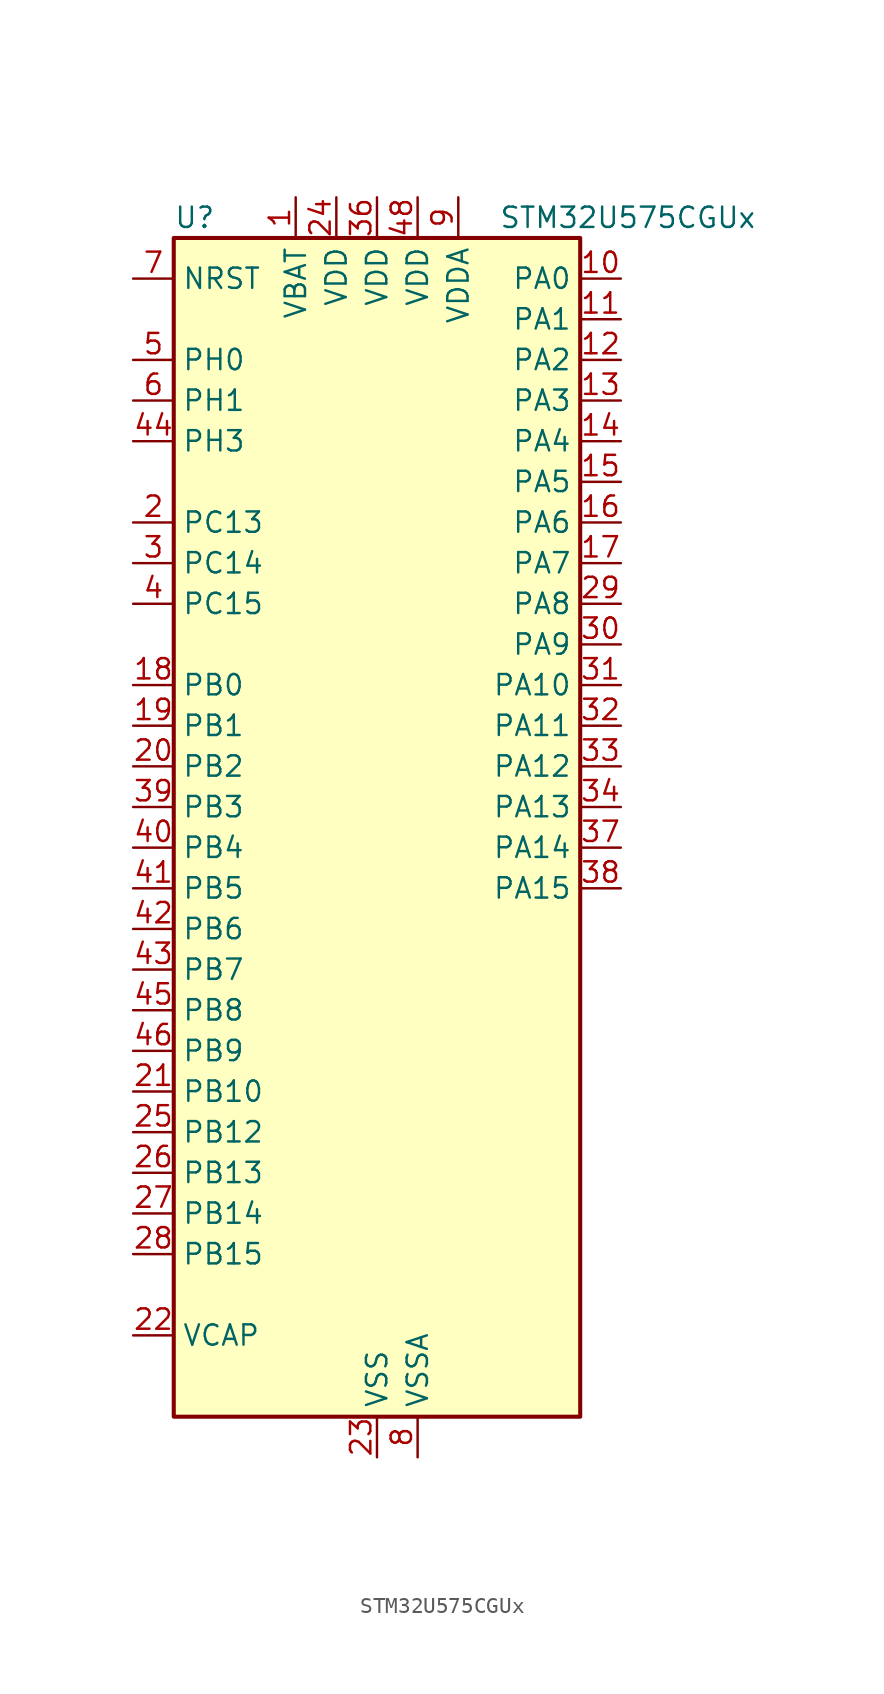
<source format=kicad_sym>
(kicad_symbol_lib
  (version 20220914)
  (generator kicad_symbol_editor)
  (symbol "STM32U575CGUx"
    (property "Reference" "U"
      (at -12.7 39.37 0)
      (effects (font (size 1.27 1.27)) (justify left)))
    (property "Value" "STM32U575CGUx"
      (at 7.62 39.37 0)
      (effects (font (size 1.27 1.27)) (justify left)))
    (property "ki_locked" ""
      (at 0 0 0)
      (effects (font (size 1.27 1.27))))
    (symbol "STM32U575CGUx_0_1"
      (rectangle (start -12.7 -35.56) (end 12.7 38.1) (stroke (width 0.254) (type default)) (fill (type background))))
    (symbol "STM32U575CGUx_1_1"
      (pin power_in line (at -5.08 40.64 270) (length 2.54) (name "VBAT" (effects (font (size 1.27 1.27)))) (number "1" (effects (font (size 1.27 1.27)))))
      (pin bidirectional line (at 15.24 35.56 180) (length 2.54) (name "PA0" (effects (font (size 1.27 1.27)))) (number "10" (effects (font (size 1.27 1.27)))) (alternate "ADC1_IN5" bidirectional line) (alternate "AUDIOCLK" bidirectional line) (alternate "OCTOSPIM_P2_NCS" bidirectional line) (alternate "OPAMP1_VINP" bidirectional line) (alternate "PWR_WKUP1" bidirectional line) (alternate "SPI3_RDY" bidirectional line) (alternate "TAMP_IN2" bidirectional line) (alternate "TAMP_OUT1" bidirectional line) (alternate "TIM2_CH1" bidirectional line) (alternate "TIM2_ETR" bidirectional line) (alternate "TIM5_CH1" bidirectional line) (alternate "TIM8_ETR" bidirectional line) (alternate "UART4_TX" bidirectional line) (alternate "USART2_CTS" bidirectional line))
      (pin bidirectional line (at 15.24 33.02 180) (length 2.54) (name "PA1" (effects (font (size 1.27 1.27)))) (number "11" (effects (font (size 1.27 1.27)))) (alternate "ADC1_IN6" bidirectional line) (alternate "I2C1_SMBA" bidirectional line) (alternate "LPTIM1_CH2" bidirectional line) (alternate "OCTOSPIM_P1_DQS" bidirectional line) (alternate "OPAMP1_VINM" bidirectional line) (alternate "PWR_WKUP3" bidirectional line) (alternate "SPI1_SCK" bidirectional line) (alternate "TAMP_IN5" bidirectional line) (alternate "TAMP_OUT4" bidirectional line) (alternate "TIM15_CH1N" bidirectional line) (alternate "TIM2_CH2" bidirectional line) (alternate "TIM5_CH2" bidirectional line) (alternate "UART4_RX" bidirectional line) (alternate "USART2_DE" bidirectional line) (alternate "USART2_RTS" bidirectional line))
      (pin bidirectional line (at 15.24 30.48 180) (length 2.54) (name "PA2" (effects (font (size 1.27 1.27)))) (number "12" (effects (font (size 1.27 1.27)))) (alternate "ADC1_IN7" bidirectional line) (alternate "COMP1_INP" bidirectional line) (alternate "LPUART1_TX" bidirectional line) (alternate "OCTOSPIM_P1_NCS" bidirectional line) (alternate "PWR_WKUP4" bidirectional line) (alternate "RCC_LSCO" bidirectional line) (alternate "SPI1_RDY" bidirectional line) (alternate "TIM15_CH1" bidirectional line) (alternate "TIM2_CH3" bidirectional line) (alternate "TIM5_CH3" bidirectional line) (alternate "UCPD1_FRSTX1" bidirectional line) (alternate "USART2_TX" bidirectional line))
      (pin bidirectional line (at 15.24 27.94 180) (length 2.54) (name "PA3" (effects (font (size 1.27 1.27)))) (number "13" (effects (font (size 1.27 1.27)))) (alternate "ADC1_IN8" bidirectional line) (alternate "LPUART1_RX" bidirectional line) (alternate "OCTOSPIM_P1_CLK" bidirectional line) (alternate "OPAMP1_VOUT" bidirectional line) (alternate "PWR_WKUP5" bidirectional line) (alternate "SAI1_CK1" bidirectional line) (alternate "SAI1_MCLK_A" bidirectional line) (alternate "TIM15_CH2" bidirectional line) (alternate "TIM2_CH4" bidirectional line) (alternate "TIM5_CH4" bidirectional line) (alternate "USART2_RX" bidirectional line))
      (pin bidirectional line (at 15.24 25.4 180) (length 2.54) (name "PA4" (effects (font (size 1.27 1.27)))) (number "14" (effects (font (size 1.27 1.27)))) (alternate "ADC1_IN9" bidirectional line) (alternate "ADC4_IN9" bidirectional line) (alternate "DAC1_OUT1" bidirectional line) (alternate "LPTIM2_CH1" bidirectional line) (alternate "OCTOSPIM_P1_NCS" bidirectional line) (alternate "PWR_WKUP2" bidirectional line) (alternate "SAI1_FS_B" bidirectional line) (alternate "SPI1_NSS" bidirectional line) (alternate "SPI3_NSS" bidirectional line) (alternate "USART2_CK" bidirectional line))
      (pin bidirectional line (at 15.24 22.86 180) (length 2.54) (name "PA5" (effects (font (size 1.27 1.27)))) (number "15" (effects (font (size 1.27 1.27)))) (alternate "ADC1_IN10" bidirectional line) (alternate "ADC4_IN10" bidirectional line) (alternate "DAC1_OUT2" bidirectional line) (alternate "LPTIM2_ETR" bidirectional line) (alternate "PWR_CSLEEP" bidirectional line) (alternate "PWR_WKUP6" bidirectional line) (alternate "SPI1_SCK" bidirectional line) (alternate "TIM2_CH1" bidirectional line) (alternate "TIM2_ETR" bidirectional line) (alternate "TIM8_CH1N" bidirectional line) (alternate "USART3_RX" bidirectional line))
      (pin bidirectional line (at 15.24 20.32 180) (length 2.54) (name "PA6" (effects (font (size 1.27 1.27)))) (number "16" (effects (font (size 1.27 1.27)))) (alternate "ADC1_IN11" bidirectional line) (alternate "ADC4_IN11" bidirectional line) (alternate "LPUART1_CTS" bidirectional line) (alternate "OCTOSPIM_P1_IO3" bidirectional line) (alternate "OPAMP2_VINP" bidirectional line) (alternate "PWR_CDSTOP" bidirectional line) (alternate "PWR_WKUP7" bidirectional line) (alternate "SPI1_MISO" bidirectional line) (alternate "TIM16_CH1" bidirectional line) (alternate "TIM1_BKIN" bidirectional line) (alternate "TIM3_CH1" bidirectional line) (alternate "TIM8_BKIN" bidirectional line) (alternate "USART3_CTS" bidirectional line))
      (pin bidirectional line (at 15.24 17.78 180) (length 2.54) (name "PA7" (effects (font (size 1.27 1.27)))) (number "17" (effects (font (size 1.27 1.27)))) (alternate "ADC1_IN12" bidirectional line) (alternate "ADC4_IN20" bidirectional line) (alternate "I2C3_SCL" bidirectional line) (alternate "LPTIM2_CH2" bidirectional line) (alternate "OCTOSPIM_P1_IO2" bidirectional line) (alternate "OPAMP2_VINM" bidirectional line) (alternate "PWR_SRDSTOP" bidirectional line) (alternate "PWR_WKUP8" bidirectional line) (alternate "SPI1_MOSI" bidirectional line) (alternate "TIM17_CH1" bidirectional line) (alternate "TIM1_CH1N" bidirectional line) (alternate "TIM3_CH2" bidirectional line) (alternate "TIM8_CH1N" bidirectional line) (alternate "USART3_TX" bidirectional line))
      (pin bidirectional line (at -15.24 10.16 0) (length 2.54) (name "PB0" (effects (font (size 1.27 1.27)))) (number "18" (effects (font (size 1.27 1.27)))) (alternate "ADC1_IN15" bidirectional line) (alternate "ADC4_IN18" bidirectional line) (alternate "AUDIOCLK" bidirectional line) (alternate "COMP1_OUT" bidirectional line) (alternate "LPTIM3_CH1" bidirectional line) (alternate "OCTOSPIM_P1_IO1" bidirectional line) (alternate "OPAMP2_VOUT" bidirectional line) (alternate "SPI1_NSS" bidirectional line) (alternate "TIM1_CH2N" bidirectional line) (alternate "TIM3_CH3" bidirectional line) (alternate "TIM8_CH2N" bidirectional line) (alternate "USART3_CK" bidirectional line))
      (pin bidirectional line (at -15.24 7.62 0) (length 2.54) (name "PB1" (effects (font (size 1.27 1.27)))) (number "19" (effects (font (size 1.27 1.27)))) (alternate "ADC1_IN16" bidirectional line) (alternate "ADC4_IN19" bidirectional line) (alternate "COMP1_INM" bidirectional line) (alternate "LPTIM2_IN1" bidirectional line) (alternate "LPTIM3_CH2" bidirectional line) (alternate "LPUART1_DE" bidirectional line) (alternate "LPUART1_RTS" bidirectional line) (alternate "MDF1_SDI0" bidirectional line) (alternate "OCTOSPIM_P1_IO0" bidirectional line) (alternate "PWR_WKUP4" bidirectional line) (alternate "TIM1_CH3N" bidirectional line) (alternate "TIM3_CH4" bidirectional line) (alternate "TIM8_CH3N" bidirectional line) (alternate "USART3_DE" bidirectional line) (alternate "USART3_RTS" bidirectional line))
      (pin bidirectional line (at -15.24 20.32 0) (length 2.54) (name "PC13" (effects (font (size 1.27 1.27)))) (number "2" (effects (font (size 1.27 1.27)))) (alternate "PWR_WKUP2" bidirectional line) (alternate "RTC_OUT1" bidirectional line) (alternate "RTC_TS" bidirectional line) (alternate "TAMP_IN1" bidirectional line) (alternate "TAMP_OUT2" bidirectional line))
      (pin bidirectional line (at -15.24 5.08 0) (length 2.54) (name "PB2" (effects (font (size 1.27 1.27)))) (number "20" (effects (font (size 1.27 1.27)))) (alternate "ADC1_IN17" bidirectional line) (alternate "COMP1_INP" bidirectional line) (alternate "I2C3_SMBA" bidirectional line) (alternate "LPTIM1_CH1" bidirectional line) (alternate "MDF1_CKI0" bidirectional line) (alternate "OCTOSPIM_P1_DQS" bidirectional line) (alternate "PWR_WKUP1" bidirectional line) (alternate "RTC_OUT2" bidirectional line) (alternate "SPI1_RDY" bidirectional line) (alternate "TIM8_CH4N" bidirectional line) (alternate "UCPD1_FRSTX1" bidirectional line))
      (pin bidirectional line (at -15.24 -15.24 0) (length 2.54) (name "PB10" (effects (font (size 1.27 1.27)))) (number "21" (effects (font (size 1.27 1.27)))) (alternate "COMP1_OUT" bidirectional line) (alternate "I2C2_SCL" bidirectional line) (alternate "I2C4_SCL" bidirectional line) (alternate "LPTIM3_CH1" bidirectional line) (alternate "LPUART1_RX" bidirectional line) (alternate "OCTOSPIM_P1_CLK" bidirectional line) (alternate "PWR_WKUP8" bidirectional line) (alternate "SAI1_SCK_A" bidirectional line) (alternate "SPI2_SCK" bidirectional line) (alternate "TIM2_CH3" bidirectional line) (alternate "TSC_SYNC" bidirectional line) (alternate "USART3_TX" bidirectional line))
      (pin power_out line (at -15.24 -30.48 0) (length 2.54) (name "VCAP" (effects (font (size 1.27 1.27)))) (number "22" (effects (font (size 1.27 1.27)))))
      (pin power_in line (at 0 -38.1 90) (length 2.54) (name "VSS" (effects (font (size 1.27 1.27)))) (number "23" (effects (font (size 1.27 1.27)))))
      (pin power_in line (at -2.54 40.64 270) (length 2.54) (name "VDD" (effects (font (size 1.27 1.27)))) (number "24" (effects (font (size 1.27 1.27)))))
      (pin bidirectional line (at -15.24 -17.78 0) (length 2.54) (name "PB12" (effects (font (size 1.27 1.27)))) (number "25" (effects (font (size 1.27 1.27)))) (alternate "I2C2_SMBA" bidirectional line) (alternate "LPUART1_DE" bidirectional line) (alternate "LPUART1_RTS" bidirectional line) (alternate "MDF1_SDI1" bidirectional line) (alternate "OCTOSPIM_P1_NCLK" bidirectional line) (alternate "SPI2_NSS" bidirectional line) (alternate "TIM15_BKIN" bidirectional line) (alternate "TIM1_BKIN" bidirectional line) (alternate "TSC_G1_IO1" bidirectional line) (alternate "USART3_CK" bidirectional line))
      (pin bidirectional line (at -15.24 -20.32 0) (length 2.54) (name "PB13" (effects (font (size 1.27 1.27)))) (number "26" (effects (font (size 1.27 1.27)))) (alternate "I2C2_SCL" bidirectional line) (alternate "LPTIM3_IN1" bidirectional line) (alternate "LPUART1_CTS" bidirectional line) (alternate "MDF1_CKI1" bidirectional line) (alternate "SPI2_SCK" bidirectional line) (alternate "TIM15_CH1N" bidirectional line) (alternate "TIM1_CH1N" bidirectional line) (alternate "TSC_G1_IO2" bidirectional line) (alternate "USART3_CTS" bidirectional line))
      (pin bidirectional line (at -15.24 -22.86 0) (length 2.54) (name "PB14" (effects (font (size 1.27 1.27)))) (number "27" (effects (font (size 1.27 1.27)))) (alternate "I2C2_SDA" bidirectional line) (alternate "LPTIM3_ETR" bidirectional line) (alternate "MDF1_SDI2" bidirectional line) (alternate "SPI2_MISO" bidirectional line) (alternate "TIM15_CH1" bidirectional line) (alternate "TIM1_CH2N" bidirectional line) (alternate "TIM8_CH2N" bidirectional line) (alternate "TSC_G1_IO3" bidirectional line) (alternate "UCPD1_DBCC2" bidirectional line) (alternate "USART3_DE" bidirectional line) (alternate "USART3_RTS" bidirectional line))
      (pin bidirectional line (at -15.24 -25.4 0) (length 2.54) (name "PB15" (effects (font (size 1.27 1.27)))) (number "28" (effects (font (size 1.27 1.27)))) (alternate "ADC1_EXTI15" bidirectional line) (alternate "ADC4_EXTI15" bidirectional line) (alternate "LPTIM2_IN2" bidirectional line) (alternate "MDF1_CKI2" bidirectional line) (alternate "PWR_WKUP7" bidirectional line) (alternate "RTC_REFIN" bidirectional line) (alternate "SPI2_MOSI" bidirectional line) (alternate "TIM15_CH2" bidirectional line) (alternate "TIM1_CH3N" bidirectional line) (alternate "TIM8_CH3N" bidirectional line) (alternate "UCPD1_CC2" bidirectional line))
      (pin bidirectional line (at 15.24 15.24 180) (length 2.54) (name "PA8" (effects (font (size 1.27 1.27)))) (number "29" (effects (font (size 1.27 1.27)))) (alternate "DEBUG_TRACECLK" bidirectional line) (alternate "LPTIM2_CH1" bidirectional line) (alternate "RCC_MCO" bidirectional line) (alternate "SAI1_CK2" bidirectional line) (alternate "SAI1_SCK_A" bidirectional line) (alternate "SPI1_RDY" bidirectional line) (alternate "TIM1_CH1" bidirectional line) (alternate "USART1_CK" bidirectional line) (alternate "USB_OTG_FS_SOF" bidirectional line))
      (pin bidirectional line (at -15.24 17.78 0) (length 2.54) (name "PC14" (effects (font (size 1.27 1.27)))) (number "3" (effects (font (size 1.27 1.27)))) (alternate "RCC_OSC32_IN" bidirectional line))
      (pin bidirectional line (at 15.24 12.7 180) (length 2.54) (name "PA9" (effects (font (size 1.27 1.27)))) (number "30" (effects (font (size 1.27 1.27)))) (alternate "DAC1_EXTI9" bidirectional line) (alternate "SAI1_FS_A" bidirectional line) (alternate "SPI2_SCK" bidirectional line) (alternate "TIM15_BKIN" bidirectional line) (alternate "TIM1_CH2" bidirectional line) (alternate "USART1_TX" bidirectional line) (alternate "USB_OTG_FS_VBUS" bidirectional line))
      (pin bidirectional line (at 15.24 10.16 180) (length 2.54) (name "PA10" (effects (font (size 1.27 1.27)))) (number "31" (effects (font (size 1.27 1.27)))) (alternate "CRS_SYNC" bidirectional line) (alternate "LPTIM2_IN2" bidirectional line) (alternate "SAI1_D1" bidirectional line) (alternate "SAI1_SD_A" bidirectional line) (alternate "TIM17_BKIN" bidirectional line) (alternate "TIM1_CH3" bidirectional line) (alternate "USART1_RX" bidirectional line) (alternate "USB_OTG_FS_ID" bidirectional line))
      (pin bidirectional line (at 15.24 7.62 180) (length 2.54) (name "PA11" (effects (font (size 1.27 1.27)))) (number "32" (effects (font (size 1.27 1.27)))) (alternate "ADC1_EXTI11" bidirectional line) (alternate "FDCAN1_RX" bidirectional line) (alternate "SPI1_MISO" bidirectional line) (alternate "TIM1_BKIN2" bidirectional line) (alternate "TIM1_CH4" bidirectional line) (alternate "USART1_CTS" bidirectional line) (alternate "USB_OTG_FS_DM" bidirectional line))
      (pin bidirectional line (at 15.24 5.08 180) (length 2.54) (name "PA12" (effects (font (size 1.27 1.27)))) (number "33" (effects (font (size 1.27 1.27)))) (alternate "FDCAN1_TX" bidirectional line) (alternate "OCTOSPIM_P2_NCS" bidirectional line) (alternate "SPI1_MOSI" bidirectional line) (alternate "TIM1_ETR" bidirectional line) (alternate "USART1_DE" bidirectional line) (alternate "USART1_RTS" bidirectional line) (alternate "USB_OTG_FS_DP" bidirectional line))
      (pin bidirectional line (at 15.24 2.54 180) (length 2.54) (name "PA13" (effects (font (size 1.27 1.27)))) (number "34" (effects (font (size 1.27 1.27)))) (alternate "DEBUG_JTMS-SWDIO" bidirectional line) (alternate "IR_OUT" bidirectional line) (alternate "SAI1_SD_B" bidirectional line) (alternate "USB_OTG_FS_NOE" bidirectional line))
      (pin passive line (at 0 -38.1 90) (length 2.54) hide (name "VSS" (effects (font (size 1.27 1.27)))) (number "35" (effects (font (size 1.27 1.27)))))
      (pin power_in line (at 0 40.64 270) (length 2.54) (name "VDD" (effects (font (size 1.27 1.27)))) (number "36" (effects (font (size 1.27 1.27)))))
      (pin bidirectional line (at 15.24 0 180) (length 2.54) (name "PA14" (effects (font (size 1.27 1.27)))) (number "37" (effects (font (size 1.27 1.27)))) (alternate "DEBUG_JTCK-SWCLK" bidirectional line) (alternate "I2C1_SMBA" bidirectional line) (alternate "I2C4_SMBA" bidirectional line) (alternate "LPTIM1_CH1" bidirectional line) (alternate "SAI1_FS_B" bidirectional line) (alternate "USB_OTG_FS_SOF" bidirectional line))
      (pin bidirectional line (at 15.24 -2.54 180) (length 2.54) (name "PA15" (effects (font (size 1.27 1.27)))) (number "38" (effects (font (size 1.27 1.27)))) (alternate "ADC1_EXTI15" bidirectional line) (alternate "ADC4_EXTI15" bidirectional line) (alternate "DEBUG_JTDI" bidirectional line) (alternate "SPI1_NSS" bidirectional line) (alternate "SPI3_NSS" bidirectional line) (alternate "TIM2_CH1" bidirectional line) (alternate "TIM2_ETR" bidirectional line) (alternate "UART4_DE" bidirectional line) (alternate "UART4_RTS" bidirectional line) (alternate "UCPD1_CC1" bidirectional line) (alternate "USART2_RX" bidirectional line) (alternate "USART3_DE" bidirectional line) (alternate "USART3_RTS" bidirectional line))
      (pin bidirectional line (at -15.24 2.54 0) (length 2.54) (name "PB3" (effects (font (size 1.27 1.27)))) (number "39" (effects (font (size 1.27 1.27)))) (alternate "ADF1_CCK0" bidirectional line) (alternate "COMP2_INM" bidirectional line) (alternate "CRS_SYNC" bidirectional line) (alternate "DEBUG_JTDO-SWO" bidirectional line) (alternate "I2C1_SDA" bidirectional line) (alternate "LPTIM1_CH1" bidirectional line) (alternate "SAI1_SCK_B" bidirectional line) (alternate "SPI1_SCK" bidirectional line) (alternate "SPI3_SCK" bidirectional line) (alternate "TIM2_CH2" bidirectional line) (alternate "USART1_DE" bidirectional line) (alternate "USART1_RTS" bidirectional line))
      (pin bidirectional line (at -15.24 15.24 0) (length 2.54) (name "PC15" (effects (font (size 1.27 1.27)))) (number "4" (effects (font (size 1.27 1.27)))) (alternate "ADC1_EXTI15" bidirectional line) (alternate "ADC4_EXTI15" bidirectional line) (alternate "RCC_OSC32_OUT" bidirectional line))
      (pin bidirectional line (at -15.24 0 0) (length 2.54) (name "PB4" (effects (font (size 1.27 1.27)))) (number "40" (effects (font (size 1.27 1.27)))) (alternate "ADF1_SDI0" bidirectional line) (alternate "COMP2_INP" bidirectional line) (alternate "DEBUG_JTRST" bidirectional line) (alternate "I2C3_SDA" bidirectional line) (alternate "LPTIM1_CH2" bidirectional line) (alternate "SAI1_MCLK_B" bidirectional line) (alternate "SPI1_MISO" bidirectional line) (alternate "SPI3_MISO" bidirectional line) (alternate "TIM17_BKIN" bidirectional line) (alternate "TIM3_CH1" bidirectional line) (alternate "TSC_G2_IO1" bidirectional line) (alternate "USART1_CTS" bidirectional line))
      (pin bidirectional line (at -15.24 -2.54 0) (length 2.54) (name "PB5" (effects (font (size 1.27 1.27)))) (number "41" (effects (font (size 1.27 1.27)))) (alternate "COMP2_OUT" bidirectional line) (alternate "I2C1_SMBA" bidirectional line) (alternate "LPTIM1_IN1" bidirectional line) (alternate "OCTOSPIM_P1_NCLK" bidirectional line) (alternate "PWR_WKUP6" bidirectional line) (alternate "SAI1_SD_B" bidirectional line) (alternate "SPI1_MOSI" bidirectional line) (alternate "SPI3_MOSI" bidirectional line) (alternate "TIM16_BKIN" bidirectional line) (alternate "TIM3_CH2" bidirectional line) (alternate "TSC_G2_IO2" bidirectional line) (alternate "UCPD1_DBCC1" bidirectional line) (alternate "USART1_CK" bidirectional line))
      (pin bidirectional line (at -15.24 -5.08 0) (length 2.54) (name "PB6" (effects (font (size 1.27 1.27)))) (number "42" (effects (font (size 1.27 1.27)))) (alternate "COMP2_INP" bidirectional line) (alternate "I2C1_SCL" bidirectional line) (alternate "I2C4_SCL" bidirectional line) (alternate "LPTIM1_ETR" bidirectional line) (alternate "MDF1_SDI5" bidirectional line) (alternate "PWR_WKUP3" bidirectional line) (alternate "SAI1_FS_B" bidirectional line) (alternate "TIM16_CH1N" bidirectional line) (alternate "TIM4_CH1" bidirectional line) (alternate "TIM8_BKIN2" bidirectional line) (alternate "TSC_G2_IO3" bidirectional line) (alternate "USART1_TX" bidirectional line))
      (pin bidirectional line (at -15.24 -7.62 0) (length 2.54) (name "PB7" (effects (font (size 1.27 1.27)))) (number "43" (effects (font (size 1.27 1.27)))) (alternate "COMP2_INM" bidirectional line) (alternate "I2C1_SDA" bidirectional line) (alternate "I2C4_SDA" bidirectional line) (alternate "LPTIM1_IN2" bidirectional line) (alternate "MDF1_CKI5" bidirectional line) (alternate "PWR_PVD_IN" bidirectional line) (alternate "PWR_WKUP4" bidirectional line) (alternate "TIM17_CH1N" bidirectional line) (alternate "TIM4_CH2" bidirectional line) (alternate "TIM8_BKIN" bidirectional line) (alternate "TSC_G2_IO4" bidirectional line) (alternate "UART4_CTS" bidirectional line) (alternate "USART1_RX" bidirectional line))
      (pin bidirectional line (at -15.24 25.4 0) (length 2.54) (name "PH3" (effects (font (size 1.27 1.27)))) (number "44" (effects (font (size 1.27 1.27)))))
      (pin bidirectional line (at -15.24 -10.16 0) (length 2.54) (name "PB8" (effects (font (size 1.27 1.27)))) (number "45" (effects (font (size 1.27 1.27)))) (alternate "FDCAN1_RX" bidirectional line) (alternate "I2C1_SCL" bidirectional line) (alternate "MDF1_CCK0" bidirectional line) (alternate "PWR_WKUP5" bidirectional line) (alternate "SAI1_CK1" bidirectional line) (alternate "SAI1_MCLK_A" bidirectional line) (alternate "SPI3_RDY" bidirectional line) (alternate "TIM16_CH1" bidirectional line) (alternate "TIM4_CH3" bidirectional line))
      (pin bidirectional line (at -15.24 -12.7 0) (length 2.54) (name "PB9" (effects (font (size 1.27 1.27)))) (number "46" (effects (font (size 1.27 1.27)))) (alternate "DAC1_EXTI9" bidirectional line) (alternate "FDCAN1_TX" bidirectional line) (alternate "I2C1_SDA" bidirectional line) (alternate "IR_OUT" bidirectional line) (alternate "SAI1_D2" bidirectional line) (alternate "SAI1_FS_A" bidirectional line) (alternate "SPI2_NSS" bidirectional line) (alternate "TIM17_CH1" bidirectional line) (alternate "TIM4_CH4" bidirectional line))
      (pin passive line (at 0 -38.1 90) (length 2.54) hide (name "VSS" (effects (font (size 1.27 1.27)))) (number "47" (effects (font (size 1.27 1.27)))))
      (pin power_in line (at 2.54 40.64 270) (length 2.54) (name "VDD" (effects (font (size 1.27 1.27)))) (number "48" (effects (font (size 1.27 1.27)))))
      (pin passive line (at 0 -38.1 90) (length 2.54) hide (name "VSS" (effects (font (size 1.27 1.27)))) (number "49" (effects (font (size 1.27 1.27)))))
      (pin bidirectional line (at -15.24 30.48 0) (length 2.54) (name "PH0" (effects (font (size 1.27 1.27)))) (number "5" (effects (font (size 1.27 1.27)))) (alternate "RCC_OSC_IN" bidirectional line))
      (pin bidirectional line (at -15.24 27.94 0) (length 2.54) (name "PH1" (effects (font (size 1.27 1.27)))) (number "6" (effects (font (size 1.27 1.27)))) (alternate "RCC_OSC_OUT" bidirectional line))
      (pin input line (at -15.24 35.56 0) (length 2.54) (name "NRST" (effects (font (size 1.27 1.27)))) (number "7" (effects (font (size 1.27 1.27)))))
      (pin power_in line (at 2.54 -38.1 90) (length 2.54) (name "VSSA" (effects (font (size 1.27 1.27)))) (number "8" (effects (font (size 1.27 1.27)))))
      (pin power_in line (at 5.08 40.64 270) (length 2.54) (name "VDDA" (effects (font (size 1.27 1.27)))) (number "9" (effects (font (size 1.27 1.27))))))))
</source>
